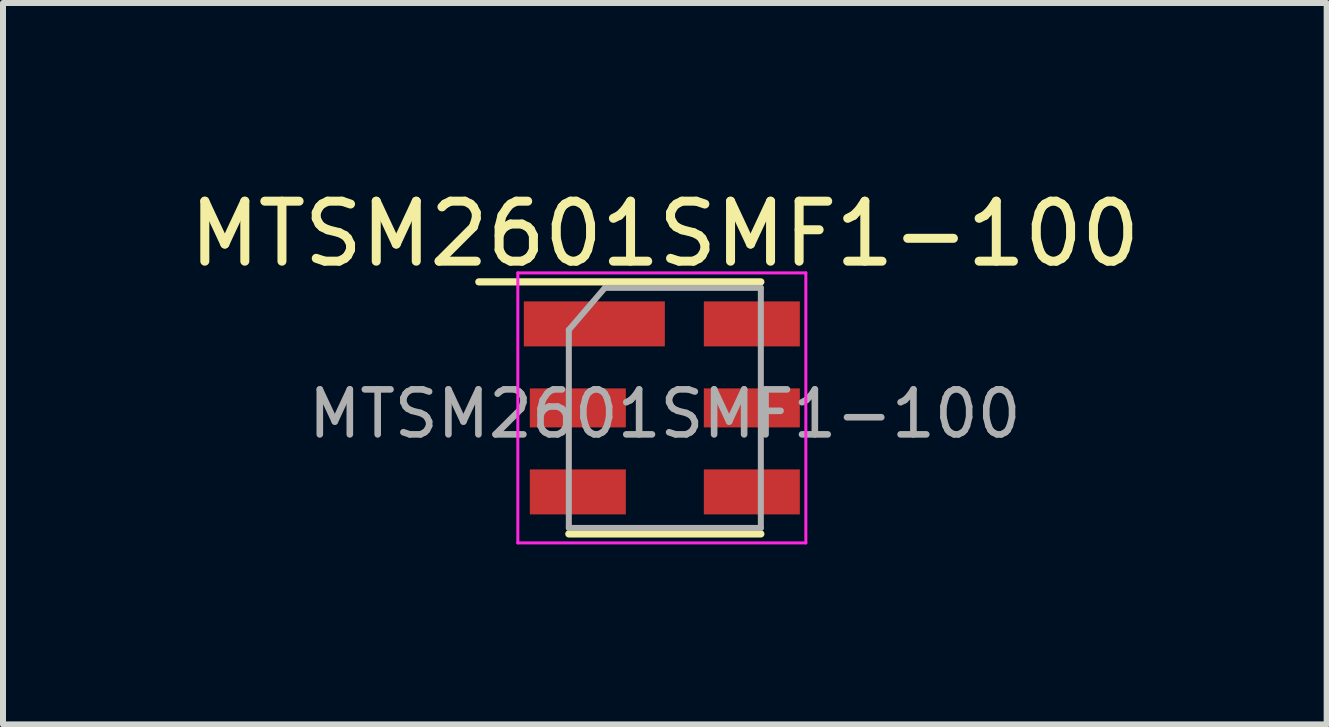
<source format=kicad_pcb>
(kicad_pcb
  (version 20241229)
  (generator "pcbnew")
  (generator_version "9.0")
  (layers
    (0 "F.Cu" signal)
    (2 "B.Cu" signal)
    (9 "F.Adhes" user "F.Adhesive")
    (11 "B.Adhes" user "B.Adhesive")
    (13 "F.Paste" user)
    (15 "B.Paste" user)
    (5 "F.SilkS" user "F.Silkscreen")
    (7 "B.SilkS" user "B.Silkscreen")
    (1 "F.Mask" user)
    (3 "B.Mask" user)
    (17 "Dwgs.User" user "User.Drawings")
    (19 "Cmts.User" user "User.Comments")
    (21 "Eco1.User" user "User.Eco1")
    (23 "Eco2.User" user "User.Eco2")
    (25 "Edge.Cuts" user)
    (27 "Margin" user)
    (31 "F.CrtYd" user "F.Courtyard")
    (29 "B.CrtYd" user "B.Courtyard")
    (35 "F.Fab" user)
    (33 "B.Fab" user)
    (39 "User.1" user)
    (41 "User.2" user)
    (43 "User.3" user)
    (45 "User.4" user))
  (footprint "MTSM2601SMF1-100"
    (layer "F.Cu")
    (at 8.03 3.748)
    (property "Reference" "MTSM2601SMF1-100" (at 0 -2.9 0) (layer "F.SilkS") (effects (font (size 1 1) (thickness 0.15))))
    (attr smd)
    (fp_line (start -1.6 2.1) (end 1.6 2.1) (stroke (width 0.12) (type solid)) (layer "F.SilkS"))
    (fp_line (start 1.6 -2.1) (end -3.1 -2.1) (stroke (width 0.12) (type solid)) (layer "F.SilkS"))
    (fp_line (start -2.45 -2.25) (end -2.45 2.25) (stroke (width 0.05) (type solid)) (layer "F.CrtYd"))
    (fp_line (start -2.45 -2.25) (end 2.35 -2.25) (stroke (width 0.05) (type solid)) (layer "F.CrtYd"))
    (fp_line (start 2.35 2.25) (end -2.45 2.25) (stroke (width 0.05) (type solid)) (layer "F.CrtYd"))
    (fp_line (start 2.35 2.25) (end 2.35 -2.25) (stroke (width 0.05) (type solid)) (layer "F.CrtYd"))
    (fp_line (start -1.6 -1.3) (end -1.6 2) (stroke (width 0.1) (type solid)) (layer "F.Fab"))
    (fp_line (start -1.6 2) (end 1.6 2) (stroke (width 0.1) (type solid)) (layer "F.Fab"))
    (fp_line (start -1 -2) (end -1.6 -1.3) (stroke (width 0.1) (type solid)) (layer "F.Fab"))
    (fp_line (start 1.6 -2) (end -1 -2) (stroke (width 0.1) (type solid)) (layer "F.Fab"))
    (fp_line (start 1.6 2) (end 1.6 -2) (stroke (width 0.1) (type solid)) (layer "F.Fab"))
    (fp_text user "${REFERENCE}" (at 0 0.1 0) (layer "F.Fab") (effects (font (size 0.75 0.75) (thickness 0.11))))
    (pad "1" smd rect (at -1.175 -1.4) (size 2.35 0.75) (layers "F.Cu" "F.Mask" "F.Paste"))
    (pad "2" smd rect (at -1.45 0) (size 1.6 0.65) (layers "F.Cu" "F.Mask" "F.Paste"))
    (pad "3" smd rect (at -1.45 1.4) (size 1.6 0.75) (layers "F.Cu" "F.Mask" "F.Paste"))
    (pad "4" smd rect (at 1.45 1.4) (size 1.6 0.75) (layers "F.Cu" "F.Mask" "F.Paste"))
    (pad "5" smd rect (at 1.45 0) (size 1.6 0.65) (layers "F.Cu" "F.Mask" "F.Paste"))
    (pad "6" smd rect (at 1.45 -1.4) (size 1.6 0.75) (layers "F.Cu" "F.Mask" "F.Paste")))
  (gr_rect
    (start -3 -3)
    (end 19.06 9.023)
    (stroke (width 0.1) (type default))
    (fill no)
    (layer "Edge.Cuts")))
</source>
